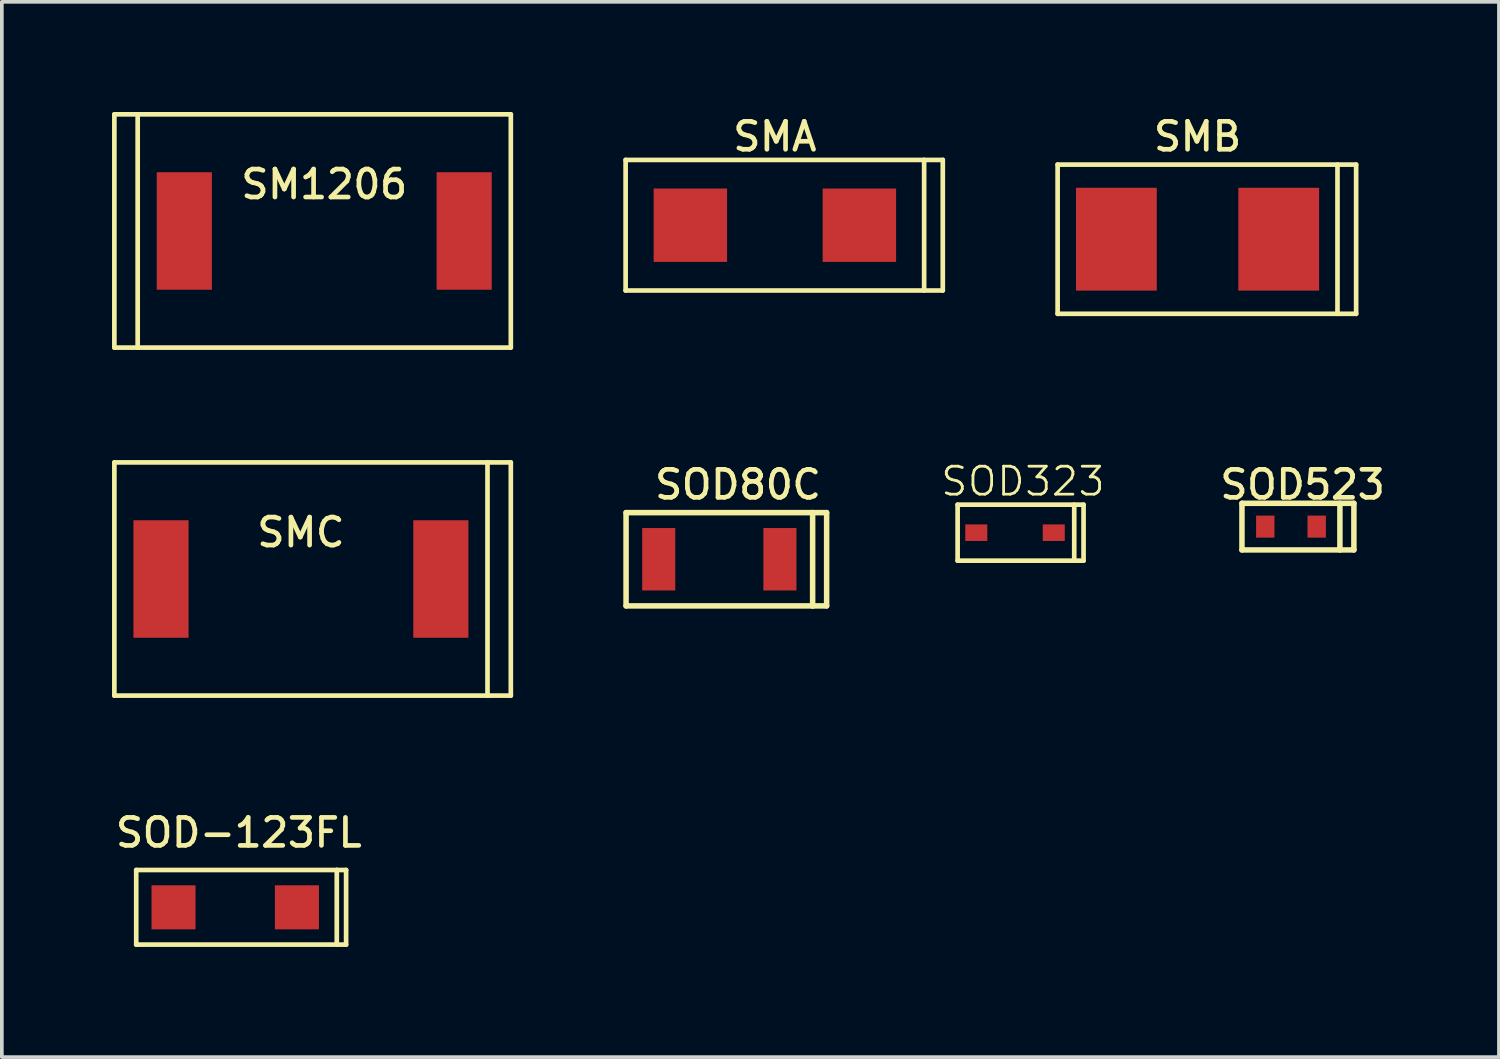
<source format=kicad_pcb>
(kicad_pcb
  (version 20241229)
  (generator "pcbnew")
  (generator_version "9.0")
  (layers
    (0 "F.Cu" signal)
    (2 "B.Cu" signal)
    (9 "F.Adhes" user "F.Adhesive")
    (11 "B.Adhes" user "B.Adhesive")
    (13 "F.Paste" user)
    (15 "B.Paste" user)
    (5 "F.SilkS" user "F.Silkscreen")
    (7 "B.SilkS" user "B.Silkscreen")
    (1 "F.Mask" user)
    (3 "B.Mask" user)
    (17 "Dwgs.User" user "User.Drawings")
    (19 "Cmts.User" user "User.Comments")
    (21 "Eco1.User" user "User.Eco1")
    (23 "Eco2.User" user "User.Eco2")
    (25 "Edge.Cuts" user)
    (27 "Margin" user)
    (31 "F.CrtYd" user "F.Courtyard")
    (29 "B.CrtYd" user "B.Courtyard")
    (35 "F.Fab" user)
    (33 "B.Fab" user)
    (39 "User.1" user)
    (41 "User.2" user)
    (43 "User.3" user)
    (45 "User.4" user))
  (footprint "SMC"
    (layer "F.Cu")
    (at 5.144 12.716)
    (property "Reference" "SMC" (at 0 -1.27 0) (layer "F.SilkS") (effects (font (size 0.762 0.762) (thickness 0.127))))
    (attr smd)
    (fp_line (start -5.08 3.175) (end -5.08 -3.175) (stroke (width 0.127) (type solid)) (layer "F.SilkS"))
    (fp_line (start -5.08 3.175) (end 5.08 3.175) (stroke (width 0.127) (type solid)) (layer "F.SilkS"))
    (fp_line (start 5.08 -3.175) (end -5.08 -3.175) (stroke (width 0.127) (type solid)) (layer "F.SilkS"))
    (fp_line (start 5.08 3.175) (end 5.08 -3.175) (stroke (width 0.127) (type solid)) (layer "F.SilkS"))
    (fp_line (start 5.08 3.175) (end 5.715 3.175) (stroke (width 0.127) (type solid)) (layer "F.SilkS"))
    (fp_line (start 5.715 -3.175) (end 5.08 -3.175) (stroke (width 0.127) (type solid)) (layer "F.SilkS"))
    (fp_line (start 5.715 -3.175) (end 5.715 3.175) (stroke (width 0.127) (type solid)) (layer "F.SilkS"))
    (pad "1" smd rect (at -3.81 0) (size 1.501 3.2) (layers "F.Cu" "F.Mask" "F.Paste"))
    (pad "2" smd rect (at 3.81 0) (size 1.501 3.2) (layers "F.Cu" "F.Mask" "F.Paste")))
  (footprint "SMA"
    (layer "F.Cu")
    (at 18.049 3.082)
    (property "Reference" "SMA" (at 0 -2.413 0) (layer "F.SilkS") (effects (font (size 0.762 0.762) (thickness 0.127))))
    (attr smd)
    (fp_line (start -4.064 1.778) (end -4.064 -1.778) (stroke (width 0.127) (type solid)) (layer "F.SilkS"))
    (fp_line (start 4.064 -1.778) (end 4.064 1.778) (stroke (width 0.127) (type solid)) (layer "F.SilkS"))
    (fp_line (start 4.572 -1.778) (end -4.064 -1.778) (stroke (width 0.127) (type solid)) (layer "F.SilkS"))
    (fp_line (start 4.572 1.778) (end -4.064 1.778) (stroke (width 0.127) (type solid)) (layer "F.SilkS"))
    (fp_line (start 4.572 1.778) (end 4.572 -1.778) (stroke (width 0.127) (type solid)) (layer "F.SilkS"))
    (pad "1" smd rect (at -2.301 0) (size 1.999 1.999) (layers "F.Cu" "F.Mask" "F.Paste"))
    (pad "2" smd rect (at 2.301 0) (size 1.999 1.999) (layers "F.Cu" "F.Mask" "F.Paste")))
  (footprint "SMB"
    (layer "F.Cu")
    (at 29.558 3.463)
    (property "Reference" "SMB" (at 0 -2.794 0) (layer "F.SilkS") (effects (font (size 0.762 0.762) (thickness 0.127))))
    (attr smd)
    (fp_line (start -3.81 2.032) (end -3.81 -2.032) (stroke (width 0.127) (type solid)) (layer "F.SilkS"))
    (fp_line (start 3.81 -2.032) (end 3.81 2.032) (stroke (width 0.127) (type solid)) (layer "F.SilkS"))
    (fp_line (start 4.318 -2.032) (end -3.81 -2.032) (stroke (width 0.127) (type solid)) (layer "F.SilkS"))
    (fp_line (start 4.318 2.032) (end -3.81 2.032) (stroke (width 0.127) (type solid)) (layer "F.SilkS"))
    (fp_line (start 4.318 2.032) (end 4.318 -2.032) (stroke (width 0.127) (type solid)) (layer "F.SilkS"))
    (pad "1" smd rect (at -2.21 0) (size 2.2 2.8) (layers "F.Cu" "F.Mask" "F.Paste"))
    (pad "2" smd rect (at 2.21 0) (size 2.2 2.8) (layers "F.Cu" "F.Mask" "F.Paste")))
  (footprint "SOD323"
    (layer "F.Cu")
    (at 23.533 11.454)
    (property "Reference" "SOD323" (at 1.27 -1.397 0) (layer "F.SilkS") (effects (font (size 0.762 0.762) (thickness 0.076))))
    (attr through_hole)
    (fp_line (start -0.508 0.762) (end -0.508 -0.762) (stroke (width 0.127) (type solid)) (layer "F.SilkS"))
    (fp_line (start -0.508 0.762) (end 2.921 0.762) (stroke (width 0.127) (type solid)) (layer "F.SilkS"))
    (fp_line (start 2.667 -0.762) (end 2.667 0.762) (stroke (width 0.127) (type solid)) (layer "F.SilkS"))
    (fp_line (start 2.921 -0.762) (end -0.508 -0.762) (stroke (width 0.127) (type solid)) (layer "F.SilkS"))
    (fp_line (start 2.921 -0.762) (end 2.921 0.762) (stroke (width 0.127) (type solid)) (layer "F.SilkS"))
    (pad "1" smd rect (at 0 0) (size 0.6 0.45) (layers "F.Cu" "F.Mask" "F.Paste"))
    (pad "2" smd rect (at 2.11 0) (size 0.6 0.45) (layers "F.Cu" "F.Mask" "F.Paste")))
  (footprint "SOD80C"
    (layer "F.Cu")
    (at 14.886 12.178)
    (property "Reference" "SOD80C" (at 2.159 -2.032 0) (layer "F.SilkS") (effects (font (size 0.762 0.762) (thickness 0.127) (bold yes))))
    (attr through_hole)
    (fp_line (start -0.889 -1.27) (end 4.191 -1.27) (stroke (width 0.15) (type solid)) (layer "F.SilkS"))
    (fp_line (start -0.889 1.27) (end -0.889 -1.27) (stroke (width 0.15) (type solid)) (layer "F.SilkS"))
    (fp_line (start 4.191 -1.27) (end 4.191 1.27) (stroke (width 0.15) (type solid)) (layer "F.SilkS"))
    (fp_line (start 4.191 -1.27) (end 4.572 -1.27) (stroke (width 0.15) (type solid)) (layer "F.SilkS"))
    (fp_line (start 4.191 1.27) (end -0.889 1.27) (stroke (width 0.15) (type solid)) (layer "F.SilkS"))
    (fp_line (start 4.191 1.27) (end 4.572 1.27) (stroke (width 0.15) (type solid)) (layer "F.SilkS"))
    (fp_line (start 4.572 1.27) (end 4.572 -1.27) (stroke (width 0.15) (type solid)) (layer "F.SilkS"))
    (pad "1" smd rect (at 0 0) (size 0.9 1.7) (layers "F.Cu" "F.Mask" "F.Paste"))
    (pad "2" smd rect (at 3.3 0) (size 0.9 1.7) (layers "F.Cu" "F.Mask" "F.Paste")))
  (footprint "SOD-123FL"
    (layer "F.Cu")
    (at 1.675 21.655)
    (property "Reference" "SOD-123FL" (at 1.778 -2.032 0) (layer "F.SilkS") (effects (font (size 0.762 0.762) (thickness 0.127) (bold yes))))
    (attr through_hole)
    (fp_line (start -1.016 -1.016) (end 4.445 -1.016) (stroke (width 0.127) (type solid)) (layer "F.SilkS"))
    (fp_line (start -1.016 1.016) (end -1.016 -1.016) (stroke (width 0.127) (type solid)) (layer "F.SilkS"))
    (fp_line (start 4.445 -1.016) (end 4.445 1.016) (stroke (width 0.127) (type solid)) (layer "F.SilkS"))
    (fp_line (start 4.445 -1.016) (end 4.699 -1.016) (stroke (width 0.127) (type solid)) (layer "F.SilkS"))
    (fp_line (start 4.445 1.016) (end -1.016 1.016) (stroke (width 0.127) (type solid)) (layer "F.SilkS"))
    (fp_line (start 4.699 -1.016) (end 4.699 1.016) (stroke (width 0.127) (type solid)) (layer "F.SilkS"))
    (fp_line (start 4.699 1.016) (end 4.445 1.016) (stroke (width 0.127) (type solid)) (layer "F.SilkS"))
    (pad "1" connect rect (at 0 0) (size 1.199 1.199) (layers "F.Cu" "F.Mask"))
    (pad "2" connect rect (at 3.36 0) (size 1.199 1.199) (layers "F.Cu" "F.Mask")))
  (footprint "SM1206"
    (layer "F.Cu")
    (at 5.779 3.239)
    (property "Reference" "SM1206" (at 0 -1.27 0) (layer "F.SilkS") (effects (font (size 0.762 0.762) (thickness 0.127))))
    (attr smd)
    (fp_line (start -5.715 -3.175) (end -5.715 3.175) (stroke (width 0.127) (type solid)) (layer "F.SilkS"))
    (fp_line (start -5.715 3.175) (end -5.08 3.175) (stroke (width 0.127) (type solid)) (layer "F.SilkS"))
    (fp_line (start -5.08 -3.175) (end -5.715 -3.175) (stroke (width 0.127) (type solid)) (layer "F.SilkS"))
    (fp_line (start -5.08 3.175) (end -5.08 -3.175) (stroke (width 0.127) (type solid)) (layer "F.SilkS"))
    (fp_line (start -5.08 3.175) (end 5.08 3.175) (stroke (width 0.127) (type solid)) (layer "F.SilkS"))
    (fp_line (start 5.08 -3.175) (end -5.08 -3.175) (stroke (width 0.127) (type solid)) (layer "F.SilkS"))
    (fp_line (start 5.08 3.175) (end 5.08 -3.175) (stroke (width 0.127) (type solid)) (layer "F.SilkS"))
    (pad "1" smd rect (at -3.81 0) (size 1.501 3.2) (layers "F.Cu" "F.Mask" "F.Paste"))
    (pad "2" smd rect (at 3.81 0) (size 1.501 3.2) (layers "F.Cu" "F.Mask" "F.Paste")))
  (footprint "SOD523"
    (layer "F.Cu")
    (at 31.402 11.289)
    (property "Reference" "SOD523" (at 1.016 -1.143 0) (layer "F.SilkS") (effects (font (size 0.762 0.762) (thickness 0.127) (bold yes))))
    (attr smd)
    (fp_line (start -0.635 -0.635) (end 2.413 -0.635) (stroke (width 0.15) (type solid)) (layer "F.SilkS"))
    (fp_line (start -0.635 0.635) (end -0.635 -0.635) (stroke (width 0.15) (type solid)) (layer "F.SilkS"))
    (fp_line (start 2.032 -0.635) (end 2.032 0.635) (stroke (width 0.15) (type solid)) (layer "F.SilkS"))
    (fp_line (start 2.413 0.635) (end -0.635 0.635) (stroke (width 0.15) (type solid)) (layer "F.SilkS"))
    (fp_line (start 2.413 0.635) (end 2.413 -0.635) (stroke (width 0.15) (type solid)) (layer "F.SilkS"))
    (pad "1" smd rect (at 0 0) (size 0.5 0.6) (layers "F.Cu" "F.Mask" "F.Paste"))
    (pad "2" smd rect (at 1.4 0) (size 0.5 0.6) (layers "F.Cu" "F.Mask" "F.Paste")))
  (gr_rect
    (start -3 -3)
    (end 37.764 25.734)
    (stroke (width 0.1) (type default))
    (fill no)
    (layer "Edge.Cuts")))
</source>
